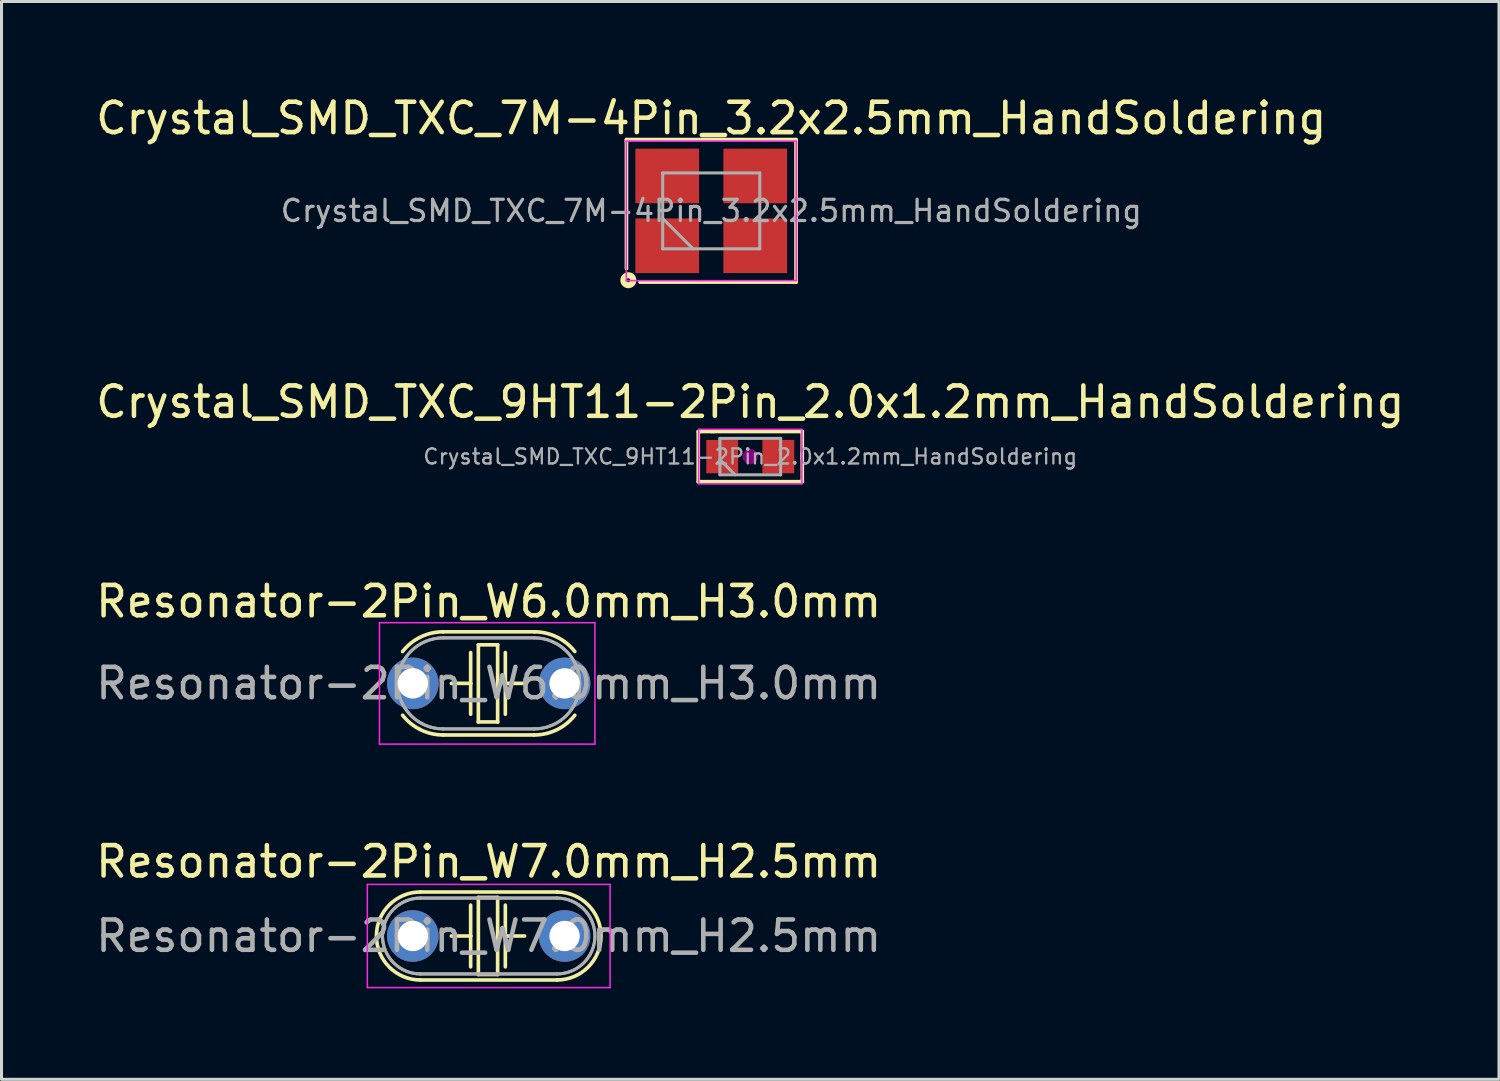
<source format=kicad_pcb>
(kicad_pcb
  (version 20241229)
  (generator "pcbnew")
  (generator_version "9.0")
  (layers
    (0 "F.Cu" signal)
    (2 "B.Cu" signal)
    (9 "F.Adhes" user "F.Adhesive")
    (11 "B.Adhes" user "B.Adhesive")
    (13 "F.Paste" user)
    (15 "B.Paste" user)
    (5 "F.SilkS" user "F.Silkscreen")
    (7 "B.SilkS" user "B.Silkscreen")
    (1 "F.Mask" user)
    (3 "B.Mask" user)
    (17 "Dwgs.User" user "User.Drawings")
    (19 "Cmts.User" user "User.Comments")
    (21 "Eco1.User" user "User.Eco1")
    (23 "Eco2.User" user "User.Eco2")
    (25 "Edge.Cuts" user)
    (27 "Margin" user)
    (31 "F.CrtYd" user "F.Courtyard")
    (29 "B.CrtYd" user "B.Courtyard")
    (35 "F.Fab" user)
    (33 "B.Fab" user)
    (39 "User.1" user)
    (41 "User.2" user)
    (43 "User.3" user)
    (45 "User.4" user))
  (footprint "Resonator-2Pin_W6.0mm_H3.0mm"
    (layer "F.Cu")
    (at 10.554 19.469)
    (property "Reference" "Resonator-2Pin_W6.0mm_H3.0mm" (at 2.5 -2.7 0) (layer "F.SilkS") (effects (font (size 1 1) (thickness 0.15))))
    (attr through_hole)
    (fp_line (start 1 -1.7) (end 4 -1.7) (stroke (width 0.12) (type solid)) (layer "F.SilkS"))
    (fp_line (start 1 1.7) (end 4 1.7) (stroke (width 0.12) (type solid)) (layer "F.SilkS"))
    (fp_line (start 1.27 0) (end 1.905 0) (stroke (width 0.12) (type solid)) (layer "F.SilkS"))
    (fp_line (start 1.905 0) (end 1.905 -1.016) (stroke (width 0.12) (type solid)) (layer "F.SilkS"))
    (fp_line (start 1.905 0) (end 1.905 1.016) (stroke (width 0.12) (type solid)) (layer "F.SilkS"))
    (fp_line (start 2.159 -1.27) (end 2.159 1.27) (stroke (width 0.12) (type solid)) (layer "F.SilkS"))
    (fp_line (start 2.159 1.27) (end 2.794 1.27) (stroke (width 0.12) (type solid)) (layer "F.SilkS"))
    (fp_line (start 2.794 -1.27) (end 2.159 -1.27) (stroke (width 0.12) (type solid)) (layer "F.SilkS"))
    (fp_line (start 2.794 1.27) (end 2.794 -1.27) (stroke (width 0.12) (type solid)) (layer "F.SilkS"))
    (fp_line (start 3.048 0) (end 3.048 -1.016) (stroke (width 0.12) (type solid)) (layer "F.SilkS"))
    (fp_line (start 3.048 0) (end 3.048 1.016) (stroke (width 0.12) (type solid)) (layer "F.SilkS"))
    (fp_line (start 3.683 0) (end 3.048 0) (stroke (width 0.12) (type solid)) (layer "F.SilkS"))
    (fp_arc (start -0.33779 -1.048961) (mid 0.256102 -1.5286) (end 1 -1.7) (stroke (width 0.12) (type solid)) (layer "F.SilkS"))
    (fp_arc (start 1 1.7) (mid 0.256103 1.5286) (end -0.33779 1.048961) (stroke (width 0.12) (type solid)) (layer "F.SilkS"))
    (fp_arc (start 4 -1.7) (mid 4.743897 -1.5286) (end 5.33779 -1.048961) (stroke (width 0.12) (type solid)) (layer "F.SilkS"))
    (fp_arc (start 5.33779 1.048961) (mid 4.743898 1.5286) (end 4 1.7) (stroke (width 0.12) (type solid)) (layer "F.SilkS"))
    (fp_line (start -1.1 -2) (end -1.1 2) (stroke (width 0.05) (type solid)) (layer "F.CrtYd"))
    (fp_line (start -1.1 2) (end 6 2) (stroke (width 0.05) (type solid)) (layer "F.CrtYd"))
    (fp_line (start 6 -2) (end -1.1 -2) (stroke (width 0.05) (type solid)) (layer "F.CrtYd"))
    (fp_line (start 6 2) (end 6 -2) (stroke (width 0.05) (type solid)) (layer "F.CrtYd"))
    (fp_line (start 1 -1.5) (end 4 -1.5) (stroke (width 0.1) (type solid)) (layer "F.Fab"))
    (fp_line (start 1 -1.5) (end 4 -1.5) (stroke (width 0.1) (type solid)) (layer "F.Fab"))
    (fp_line (start 1 1.5) (end 4 1.5) (stroke (width 0.1) (type solid)) (layer "F.Fab"))
    (fp_line (start 1 1.5) (end 4 1.5) (stroke (width 0.1) (type solid)) (layer "F.Fab"))
    (fp_arc (start 1 1.5) (mid -0.5 0) (end 1 -1.5) (stroke (width 0.1) (type solid)) (layer "F.Fab"))
    (fp_arc (start 1 1.5) (mid -0.5 0) (end 1 -1.5) (stroke (width 0.1) (type solid)) (layer "F.Fab"))
    (fp_arc (start 4 -1.5) (mid 5.5 0) (end 4 1.5) (stroke (width 0.1) (type solid)) (layer "F.Fab"))
    (fp_arc (start 4 -1.5) (mid 5.5 0) (end 4 1.5) (stroke (width 0.1) (type solid)) (layer "F.Fab"))
    (fp_text user "${REFERENCE}" (at 2.5 0 0) (layer "F.Fab") (effects (font (size 1 1) (thickness 0.15))))
    (pad "1" thru_hole circle (at 0 0) (size 1.7 1.7) (drill 1) (layers "*.Cu" "*.Mask"))
    (pad "2" thru_hole circle (at 5 0) (size 1.7 1.7) (drill 1) (layers "*.Cu" "*.Mask")))
  (footprint "Resonator-2Pin_W7.0mm_H2.5mm"
    (layer "F.Cu")
    (at 10.554 27.793)
    (property "Reference" "Resonator-2Pin_W7.0mm_H2.5mm" (at 2.5 -2.45 0) (layer "F.SilkS") (effects (font (size 1 1) (thickness 0.15))))
    (attr through_hole)
    (fp_line (start 0.25 -1.45) (end 4.75 -1.45) (stroke (width 0.12) (type solid)) (layer "F.SilkS"))
    (fp_line (start 0.25 1.45) (end 4.75 1.45) (stroke (width 0.12) (type solid)) (layer "F.SilkS"))
    (fp_line (start 1.27 0) (end 1.905 0) (stroke (width 0.12) (type solid)) (layer "F.SilkS"))
    (fp_line (start 1.905 0) (end 1.905 -1.016) (stroke (width 0.12) (type solid)) (layer "F.SilkS"))
    (fp_line (start 1.905 0) (end 1.905 1.016) (stroke (width 0.12) (type solid)) (layer "F.SilkS"))
    (fp_line (start 2.159 -1.27) (end 2.159 1.27) (stroke (width 0.12) (type solid)) (layer "F.SilkS"))
    (fp_line (start 2.159 1.27) (end 2.794 1.27) (stroke (width 0.12) (type solid)) (layer "F.SilkS"))
    (fp_line (start 2.794 -1.27) (end 2.159 -1.27) (stroke (width 0.12) (type solid)) (layer "F.SilkS"))
    (fp_line (start 2.794 1.27) (end 2.794 -1.27) (stroke (width 0.12) (type solid)) (layer "F.SilkS"))
    (fp_line (start 3.048 0) (end 3.048 -1.016) (stroke (width 0.12) (type solid)) (layer "F.SilkS"))
    (fp_line (start 3.048 0) (end 3.048 1.016) (stroke (width 0.12) (type solid)) (layer "F.SilkS"))
    (fp_line (start 3.683 0) (end 3.048 0) (stroke (width 0.12) (type solid)) (layer "F.SilkS"))
    (fp_arc (start 0.25 1.45) (mid -1.2 0) (end 0.25 -1.45) (stroke (width 0.12) (type solid)) (layer "F.SilkS"))
    (fp_arc (start 4.75 -1.45) (mid 6.2 0) (end 4.75 1.45) (stroke (width 0.12) (type solid)) (layer "F.SilkS"))
    (fp_line (start -1.5 -1.7) (end -1.5 1.7) (stroke (width 0.05) (type solid)) (layer "F.CrtYd"))
    (fp_line (start -1.5 1.7) (end 6.5 1.7) (stroke (width 0.05) (type solid)) (layer "F.CrtYd"))
    (fp_line (start 6.5 -1.7) (end -1.5 -1.7) (stroke (width 0.05) (type solid)) (layer "F.CrtYd"))
    (fp_line (start 6.5 1.7) (end 6.5 -1.7) (stroke (width 0.05) (type solid)) (layer "F.CrtYd"))
    (fp_line (start 0.25 -1.25) (end 4.75 -1.25) (stroke (width 0.1) (type solid)) (layer "F.Fab"))
    (fp_line (start 0.25 -1.25) (end 4.75 -1.25) (stroke (width 0.1) (type solid)) (layer "F.Fab"))
    (fp_line (start 0.25 1.25) (end 4.75 1.25) (stroke (width 0.1) (type solid)) (layer "F.Fab"))
    (fp_line (start 0.25 1.25) (end 4.75 1.25) (stroke (width 0.1) (type solid)) (layer "F.Fab"))
    (fp_arc (start 0.25 1.25) (mid -1 0) (end 0.25 -1.25) (stroke (width 0.1) (type solid)) (layer "F.Fab"))
    (fp_arc (start 0.25 1.25) (mid -1 0) (end 0.25 -1.25) (stroke (width 0.1) (type solid)) (layer "F.Fab"))
    (fp_arc (start 4.75 -1.25) (mid 6 0) (end 4.75 1.25) (stroke (width 0.1) (type solid)) (layer "F.Fab"))
    (fp_arc (start 4.75 -1.25) (mid 6 0) (end 4.75 1.25) (stroke (width 0.1) (type solid)) (layer "F.Fab"))
    (fp_text user "${REFERENCE}" (at 2.5 0 0) (layer "F.Fab") (effects (font (size 1 1) (thickness 0.15))))
    (pad "1" thru_hole circle (at 0 0) (size 1.7 1.7) (drill 1) (layers "*.Cu" "*.Mask"))
    (pad "2" thru_hole circle (at 5 0) (size 1.7 1.7) (drill 1) (layers "*.Cu" "*.Mask")))
  (footprint "Crystal_SMD_TXC_7M-4Pin_3.2x2.5mm_HandSoldering"
    (layer "F.Cu")
    (at 20.387 3.898)
    (property "Reference" "Crystal_SMD_TXC_7M-4Pin_3.2x2.5mm_HandSoldering" (at 0 -3.05 0) (layer "F.SilkS") (effects (font (size 1 1) (thickness 0.15))))
    (attr smd)
    (fp_line (start -2.794 -2.349) (end 2.794 -2.349) (stroke (width 0.12) (type solid)) (layer "F.SilkS"))
    (fp_line (start -2.794 -2.286) (end -2.794 -2.349) (stroke (width 0.12) (type solid)) (layer "F.SilkS"))
    (fp_line (start -2.794 1.905) (end -2.794 -2.286) (stroke (width 0.12) (type solid)) (layer "F.SilkS"))
    (fp_line (start 2.794 -2.349) (end 2.794 2.349) (stroke (width 0.12) (type solid)) (layer "F.SilkS"))
    (fp_line (start 2.794 2.349) (end -2.349 2.349) (stroke (width 0.12) (type solid)) (layer "F.SilkS"))
    (fp_circle (center -2.731 2.286) (end -2.667 2.286) (stroke (width 0.2) (type solid)) (fill no) (layer "F.SilkS"))
    (fp_line (start -2.8 -2.3) (end -2.8 2.3) (stroke (width 0.05) (type solid)) (layer "F.CrtYd"))
    (fp_line (start -2.8 2.3) (end 2.8 2.3) (stroke (width 0.05) (type solid)) (layer "F.CrtYd"))
    (fp_line (start 2.8 -2.3) (end -2.8 -2.3) (stroke (width 0.05) (type solid)) (layer "F.CrtYd"))
    (fp_line (start 2.8 2.3) (end 2.8 -2.3) (stroke (width 0.05) (type solid)) (layer "F.CrtYd"))
    (fp_line (start -1.6 -1.25) (end -1.6 1.25) (stroke (width 0.1) (type solid)) (layer "F.Fab"))
    (fp_line (start -1.6 0.25) (end -0.6 1.25) (stroke (width 0.1) (type solid)) (layer "F.Fab"))
    (fp_line (start -1.6 1.25) (end 1.6 1.25) (stroke (width 0.1) (type solid)) (layer "F.Fab"))
    (fp_line (start 1.6 -1.25) (end -1.6 -1.25) (stroke (width 0.1) (type solid)) (layer "F.Fab"))
    (fp_line (start 1.6 1.25) (end 1.6 -1.25) (stroke (width 0.1) (type solid)) (layer "F.Fab"))
    (fp_text user "${REFERENCE}" (at 0 0 0) (layer "F.Fab") (effects (font (size 0.7 0.7) (thickness 0.105))))
    (pad "1" smd rect (at -1.45 1.15) (size 2.1 1.8) (layers "F.Cu" "F.Mask" "F.Paste"))
    (pad "2" smd rect (at 1.45 1.15) (size 2.1 1.8) (layers "F.Cu" "F.Mask" "F.Paste"))
    (pad "3" smd rect (at 1.45 -1.15) (size 2.1 1.8) (layers "F.Cu" "F.Mask" "F.Paste"))
    (pad "4" smd rect (at -1.45 -1.15) (size 2.1 1.8) (layers "F.Cu" "F.Mask" "F.Paste")))
  (footprint "Crystal_SMD_TXC_9HT11-2Pin_2.0x1.2mm_HandSoldering"
    (layer "F.Cu")
    (at 21.673 11.996)
    (property "Reference" "Crystal_SMD_TXC_9HT11-2Pin_2.0x1.2mm_HandSoldering" (at 0 -1.8 0) (layer "F.SilkS") (effects (font (size 1 1) (thickness 0.15))))
    (attr smd)
    (fp_line (start -1.714 -0.826) (end -1.714 0.826) (stroke (width 0.12) (type solid)) (layer "F.SilkS"))
    (fp_line (start -1.714 0.826) (end 1.714 0.826) (stroke (width 0.12) (type solid)) (layer "F.SilkS"))
    (fp_line (start -1.651 -0.826) (end -1.714 -0.826) (stroke (width 0.12) (type solid)) (layer "F.SilkS"))
    (fp_line (start -1.27 -0.826) (end -1.651 -0.826) (stroke (width 0.12) (type solid)) (layer "F.SilkS"))
    (fp_line (start -1.206 -0.826) (end -1.27 -0.826) (stroke (width 0.12) (type solid)) (layer "F.SilkS"))
    (fp_line (start 1.714 -0.826) (end -1.206 -0.826) (stroke (width 0.12) (type solid)) (layer "F.SilkS"))
    (fp_line (start 1.714 0.826) (end 1.714 -0.826) (stroke (width 0.12) (type solid)) (layer "F.SilkS"))
    (fp_circle (center 0 0) (end 0.047 0) (stroke (width 0.093) (type solid)) (fill no) (layer "F.Adhes"))
    (fp_circle (center 0 0) (end 0.107 0) (stroke (width 0.067) (type solid)) (fill no) (layer "F.Adhes"))
    (fp_circle (center 0 0) (end 0.167 0) (stroke (width 0.067) (type solid)) (fill no) (layer "F.Adhes"))
    (fp_circle (center 0 0) (end 0.2 0) (stroke (width 0.1) (type solid)) (fill no) (layer "F.Adhes"))
    (fp_line (start -1.7 -0.9) (end -1.7 0.9) (stroke (width 0.05) (type solid)) (layer "F.CrtYd"))
    (fp_line (start -1.7 0.9) (end 1.7 0.9) (stroke (width 0.05) (type solid)) (layer "F.CrtYd"))
    (fp_line (start 1.7 -0.9) (end -1.7 -0.9) (stroke (width 0.05) (type solid)) (layer "F.CrtYd"))
    (fp_line (start 1.7 0.9) (end 1.7 -0.9) (stroke (width 0.05) (type solid)) (layer "F.CrtYd"))
    (fp_line (start -1 -0.6) (end -1 0.6) (stroke (width 0.1) (type solid)) (layer "F.Fab"))
    (fp_line (start -1 0.1) (end -0.5 0.6) (stroke (width 0.1) (type solid)) (layer "F.Fab"))
    (fp_line (start -1 0.6) (end 1 0.6) (stroke (width 0.1) (type solid)) (layer "F.Fab"))
    (fp_line (start 1 -0.6) (end -1 -0.6) (stroke (width 0.1) (type solid)) (layer "F.Fab"))
    (fp_line (start 1 0.6) (end 1 -0.6) (stroke (width 0.1) (type solid)) (layer "F.Fab"))
    (fp_text user "${REFERENCE}" (at 0 0 0) (layer "F.Fab") (effects (font (size 0.5 0.5) (thickness 0.075))))
    (pad "1" smd rect (at -0.925 0) (size 1.05 1.1) (layers "F.Cu" "F.Mask" "F.Paste"))
    (pad "2" smd rect (at 0.925 0) (size 1.05 1.1) (layers "F.Cu" "F.Mask" "F.Paste")))
  (gr_rect
    (start -3 -3)
    (end 46.345 32.517)
    (stroke (width 0.1) (type default))
    (fill no)
    (layer "Edge.Cuts")))
</source>
